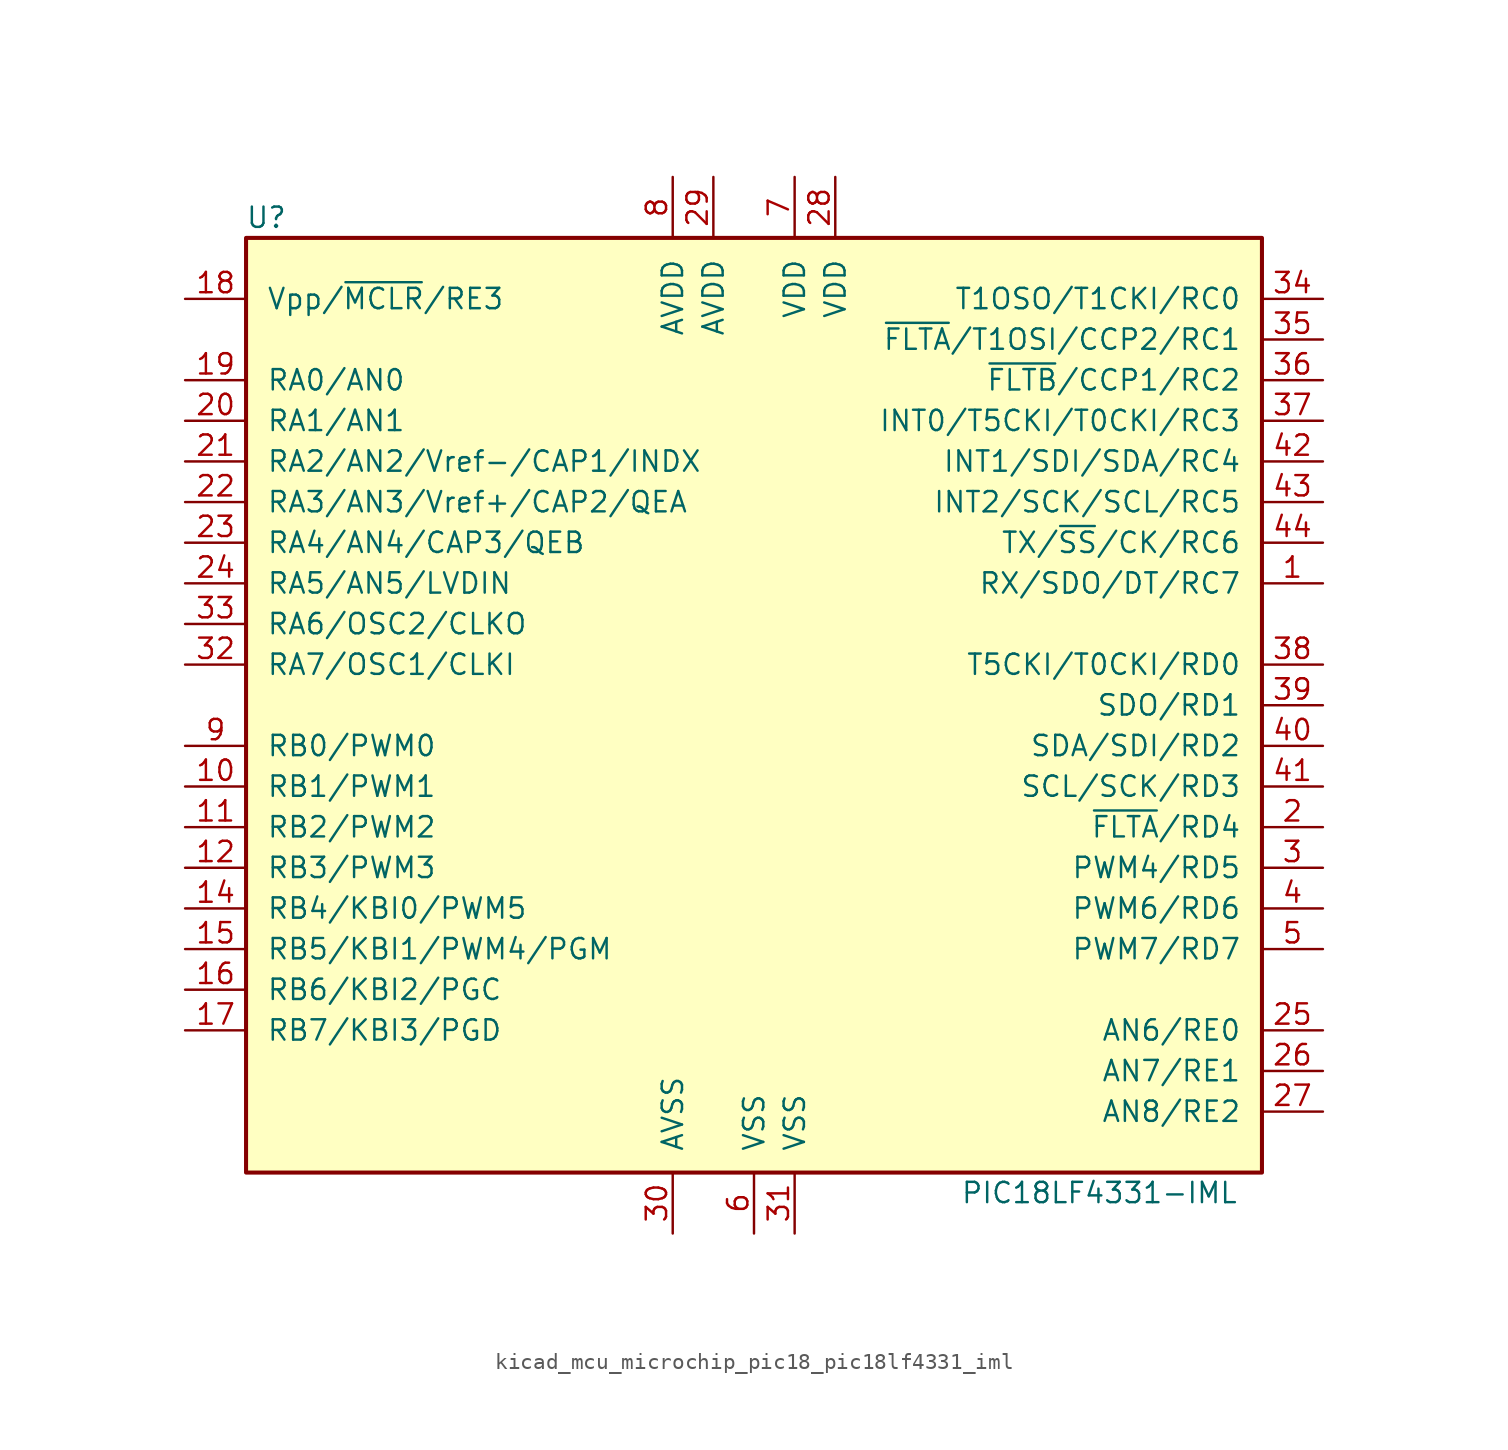
<source format=kicad_sym>
(kicad_symbol_lib
  (version 20220914)
  (generator kicad_symbol_editor)
  (symbol "kicad_mcu_microchip_pic18_pic18lf4331_iml"
    (pin_names
      (offset 1.27))
    (property "Reference" "U"
      (at -30.48 30.48 0)
      (effects (font (size 1.27 1.27))))
    (property "Value" "PIC18LF4331-IML"
      (at 21.59 -30.48 0)
      (effects (font (size 1.27 1.27))))
    (symbol "kicad_mcu_microchip_pic18_pic18lf4331_iml_0_1"
      (rectangle (start -31.75 29.21) (end 31.75 -29.21) (stroke (width 0.254) (type default)) (fill (type background))))
    (symbol "kicad_mcu_microchip_pic18_pic18lf4331_iml_1_1"
      (pin bidirectional line (at 35.56 7.62 180) (length 3.81) (name "RX/SDO/DT/RC7" (effects (font (size 1.27 1.27)))) (number "1" (effects (font (size 1.27 1.27)))))
      (pin bidirectional line (at -35.56 -5.08 0) (length 3.81) (name "RB1/PWM1" (effects (font (size 1.27 1.27)))) (number "10" (effects (font (size 1.27 1.27)))))
      (pin bidirectional line (at -35.56 -7.62 0) (length 3.81) (name "RB2/PWM2" (effects (font (size 1.27 1.27)))) (number "11" (effects (font (size 1.27 1.27)))))
      (pin bidirectional line (at -35.56 -10.16 0) (length 3.81) (name "RB3/PWM3" (effects (font (size 1.27 1.27)))) (number "12" (effects (font (size 1.27 1.27)))))
      (pin no_connect line (at -10.16 -29.21 90) (length 3.81) hide (name "NC" (effects (font (size 1.27 1.27)))) (number "13" (effects (font (size 1.27 1.27)))))
      (pin bidirectional line (at -35.56 -12.7 0) (length 3.81) (name "RB4/KBI0/PWM5" (effects (font (size 1.27 1.27)))) (number "14" (effects (font (size 1.27 1.27)))))
      (pin bidirectional line (at -35.56 -15.24 0) (length 3.81) (name "RB5/KBI1/PWM4/PGM" (effects (font (size 1.27 1.27)))) (number "15" (effects (font (size 1.27 1.27)))))
      (pin bidirectional line (at -35.56 -17.78 0) (length 3.81) (name "RB6/KBI2/PGC" (effects (font (size 1.27 1.27)))) (number "16" (effects (font (size 1.27 1.27)))))
      (pin bidirectional line (at -35.56 -20.32 0) (length 3.81) (name "RB7/KBI3/PGD" (effects (font (size 1.27 1.27)))) (number "17" (effects (font (size 1.27 1.27)))))
      (pin input line (at -35.56 25.4 0) (length 3.81) (name "Vpp/~{MCLR}/RE3" (effects (font (size 1.27 1.27)))) (number "18" (effects (font (size 1.27 1.27)))))
      (pin bidirectional line (at -35.56 20.32 0) (length 3.81) (name "RA0/AN0" (effects (font (size 1.27 1.27)))) (number "19" (effects (font (size 1.27 1.27)))))
      (pin bidirectional line (at 35.56 -7.62 180) (length 3.81) (name "~{FLTA}/RD4" (effects (font (size 1.27 1.27)))) (number "2" (effects (font (size 1.27 1.27)))))
      (pin bidirectional line (at -35.56 17.78 0) (length 3.81) (name "RA1/AN1" (effects (font (size 1.27 1.27)))) (number "20" (effects (font (size 1.27 1.27)))))
      (pin bidirectional line (at -35.56 15.24 0) (length 3.81) (name "RA2/AN2/Vref-/CAP1/INDX" (effects (font (size 1.27 1.27)))) (number "21" (effects (font (size 1.27 1.27)))))
      (pin bidirectional line (at -35.56 12.7 0) (length 3.81) (name "RA3/AN3/Vref+/CAP2/QEA" (effects (font (size 1.27 1.27)))) (number "22" (effects (font (size 1.27 1.27)))))
      (pin bidirectional line (at -35.56 10.16 0) (length 3.81) (name "RA4/AN4/CAP3/QEB" (effects (font (size 1.27 1.27)))) (number "23" (effects (font (size 1.27 1.27)))))
      (pin bidirectional line (at -35.56 7.62 0) (length 3.81) (name "RA5/AN5/LVDIN" (effects (font (size 1.27 1.27)))) (number "24" (effects (font (size 1.27 1.27)))))
      (pin bidirectional line (at 35.56 -20.32 180) (length 3.81) (name "AN6/RE0" (effects (font (size 1.27 1.27)))) (number "25" (effects (font (size 1.27 1.27)))))
      (pin bidirectional line (at 35.56 -22.86 180) (length 3.81) (name "AN7/RE1" (effects (font (size 1.27 1.27)))) (number "26" (effects (font (size 1.27 1.27)))))
      (pin bidirectional line (at 35.56 -25.4 180) (length 3.81) (name "AN8/RE2" (effects (font (size 1.27 1.27)))) (number "27" (effects (font (size 1.27 1.27)))))
      (pin power_in line (at 5.08 33.02 270) (length 3.81) (name "VDD" (effects (font (size 1.27 1.27)))) (number "28" (effects (font (size 1.27 1.27)))))
      (pin power_in line (at -2.54 33.02 270) (length 3.81) (name "AVDD" (effects (font (size 1.27 1.27)))) (number "29" (effects (font (size 1.27 1.27)))))
      (pin bidirectional line (at 35.56 -10.16 180) (length 3.81) (name "PWM4/RD5" (effects (font (size 1.27 1.27)))) (number "3" (effects (font (size 1.27 1.27)))))
      (pin power_in line (at -5.08 -33.02 90) (length 3.81) (name "AVSS" (effects (font (size 1.27 1.27)))) (number "30" (effects (font (size 1.27 1.27)))))
      (pin power_in line (at 2.54 -33.02 90) (length 3.81) (name "VSS" (effects (font (size 1.27 1.27)))) (number "31" (effects (font (size 1.27 1.27)))))
      (pin bidirectional line (at -35.56 2.54 0) (length 3.81) (name "RA7/OSC1/CLKI" (effects (font (size 1.27 1.27)))) (number "32" (effects (font (size 1.27 1.27)))))
      (pin bidirectional line (at -35.56 5.08 0) (length 3.81) (name "RA6/OSC2/CLKO" (effects (font (size 1.27 1.27)))) (number "33" (effects (font (size 1.27 1.27)))))
      (pin bidirectional line (at 35.56 25.4 180) (length 3.81) (name "T1OSO/T1CKI/RC0" (effects (font (size 1.27 1.27)))) (number "34" (effects (font (size 1.27 1.27)))))
      (pin bidirectional line (at 35.56 22.86 180) (length 3.81) (name "~{FLTA}/T1OSI/CCP2/RC1" (effects (font (size 1.27 1.27)))) (number "35" (effects (font (size 1.27 1.27)))))
      (pin bidirectional line (at 35.56 20.32 180) (length 3.81) (name "~{FLTB}/CCP1/RC2" (effects (font (size 1.27 1.27)))) (number "36" (effects (font (size 1.27 1.27)))))
      (pin bidirectional line (at 35.56 17.78 180) (length 3.81) (name "INT0/T5CKI/T0CKI/RC3" (effects (font (size 1.27 1.27)))) (number "37" (effects (font (size 1.27 1.27)))))
      (pin bidirectional line (at 35.56 2.54 180) (length 3.81) (name "T5CKI/T0CKI/RD0" (effects (font (size 1.27 1.27)))) (number "38" (effects (font (size 1.27 1.27)))))
      (pin bidirectional line (at 35.56 0 180) (length 3.81) (name "SDO/RD1" (effects (font (size 1.27 1.27)))) (number "39" (effects (font (size 1.27 1.27)))))
      (pin bidirectional line (at 35.56 -12.7 180) (length 3.81) (name "PWM6/RD6" (effects (font (size 1.27 1.27)))) (number "4" (effects (font (size 1.27 1.27)))))
      (pin bidirectional line (at 35.56 -2.54 180) (length 3.81) (name "SDA/SDI/RD2" (effects (font (size 1.27 1.27)))) (number "40" (effects (font (size 1.27 1.27)))))
      (pin bidirectional line (at 35.56 -5.08 180) (length 3.81) (name "SCL/SCK/RD3" (effects (font (size 1.27 1.27)))) (number "41" (effects (font (size 1.27 1.27)))))
      (pin bidirectional line (at 35.56 15.24 180) (length 3.81) (name "INT1/SDI/SDA/RC4" (effects (font (size 1.27 1.27)))) (number "42" (effects (font (size 1.27 1.27)))))
      (pin bidirectional line (at 35.56 12.7 180) (length 3.81) (name "INT2/SCK/SCL/RC5" (effects (font (size 1.27 1.27)))) (number "43" (effects (font (size 1.27 1.27)))))
      (pin bidirectional line (at 35.56 10.16 180) (length 3.81) (name "TX/~{SS}/CK/RC6" (effects (font (size 1.27 1.27)))) (number "44" (effects (font (size 1.27 1.27)))))
      (pin bidirectional line (at 35.56 -15.24 180) (length 3.81) (name "PWM7/RD7" (effects (font (size 1.27 1.27)))) (number "5" (effects (font (size 1.27 1.27)))))
      (pin power_in line (at 0 -33.02 90) (length 3.81) (name "VSS" (effects (font (size 1.27 1.27)))) (number "6" (effects (font (size 1.27 1.27)))))
      (pin power_in line (at 2.54 33.02 270) (length 3.81) (name "VDD" (effects (font (size 1.27 1.27)))) (number "7" (effects (font (size 1.27 1.27)))))
      (pin power_in line (at -5.08 33.02 270) (length 3.81) (name "AVDD" (effects (font (size 1.27 1.27)))) (number "8" (effects (font (size 1.27 1.27)))))
      (pin bidirectional line (at -35.56 -2.54 0) (length 3.81) (name "RB0/PWM0" (effects (font (size 1.27 1.27)))) (number "9" (effects (font (size 1.27 1.27))))))))
</source>
